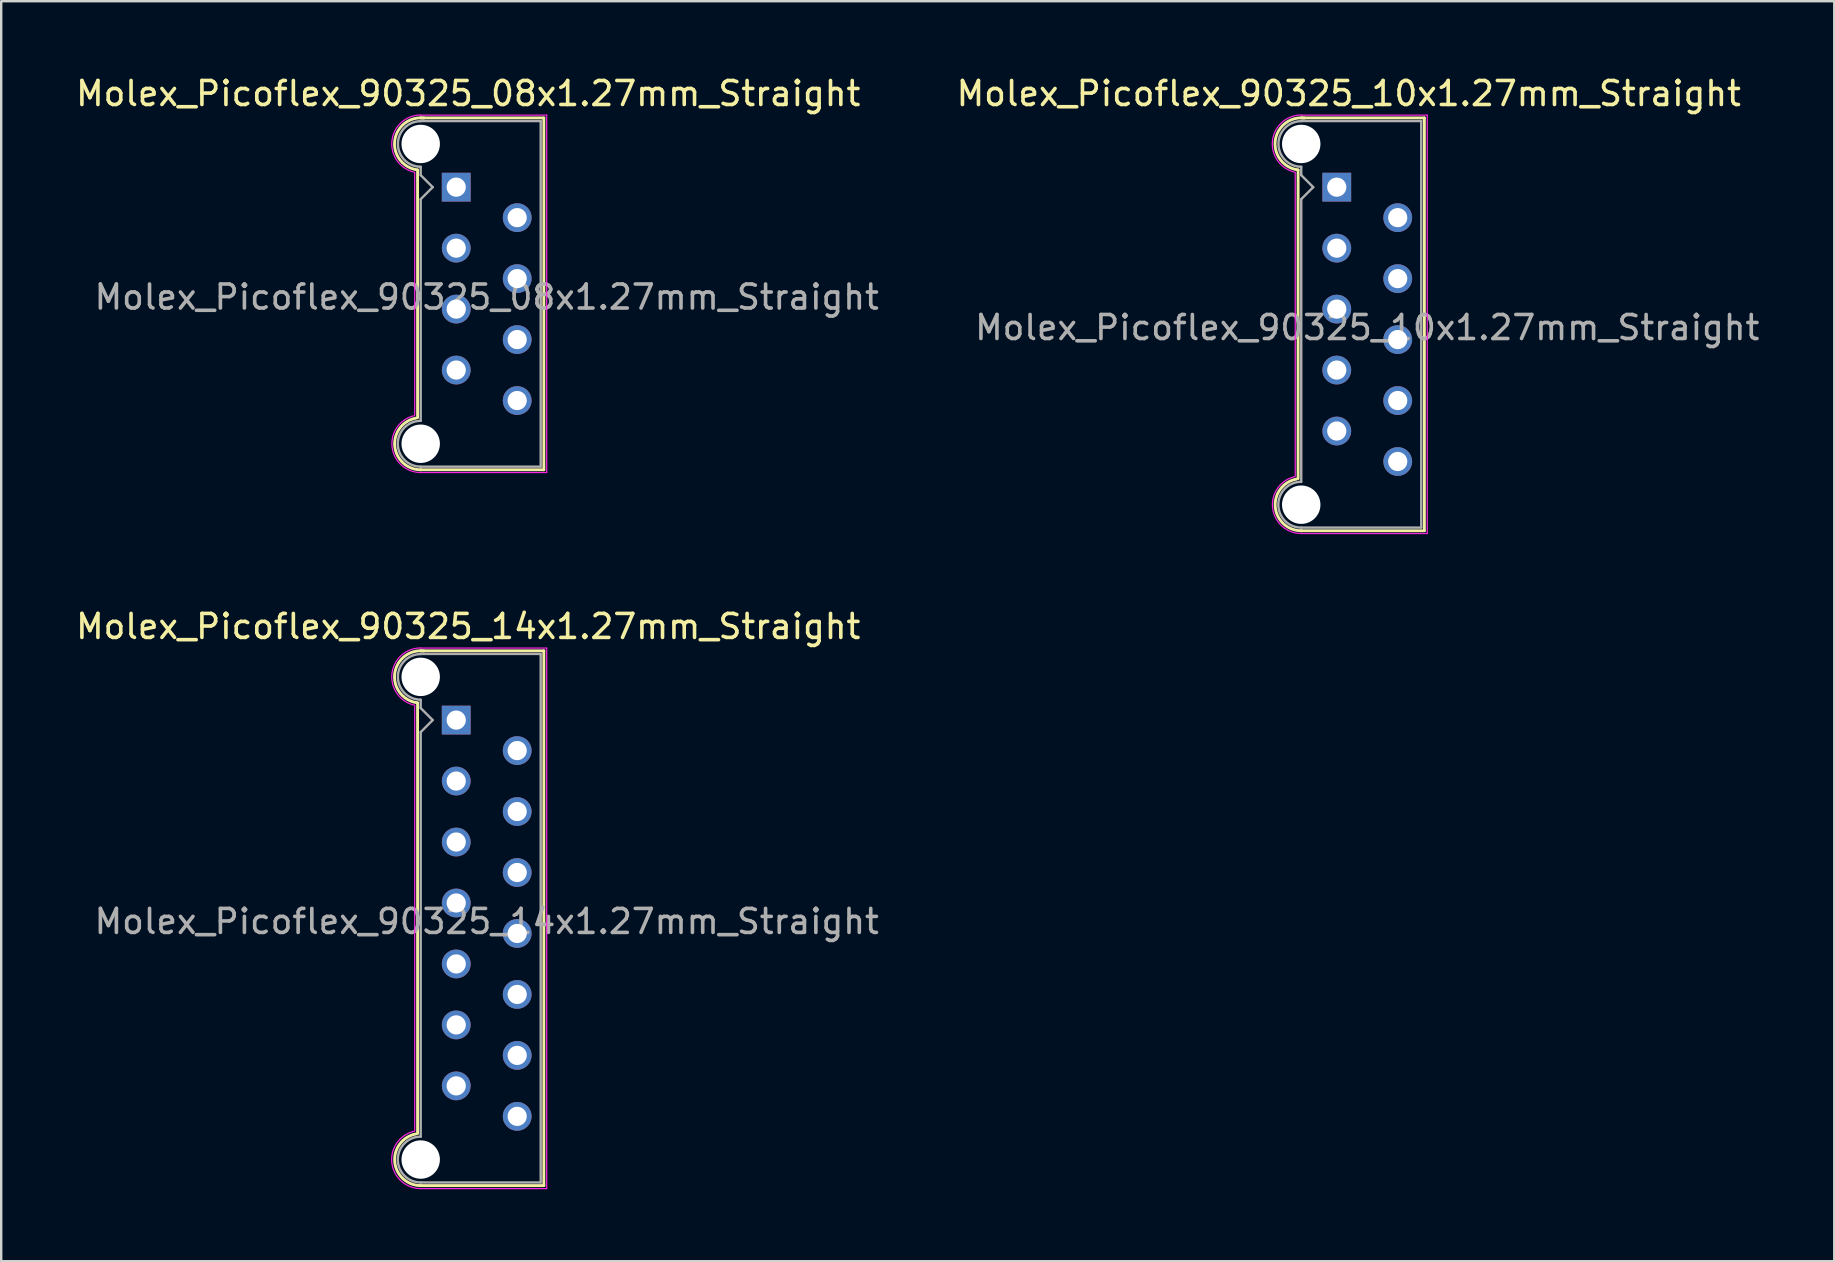
<source format=kicad_pcb>
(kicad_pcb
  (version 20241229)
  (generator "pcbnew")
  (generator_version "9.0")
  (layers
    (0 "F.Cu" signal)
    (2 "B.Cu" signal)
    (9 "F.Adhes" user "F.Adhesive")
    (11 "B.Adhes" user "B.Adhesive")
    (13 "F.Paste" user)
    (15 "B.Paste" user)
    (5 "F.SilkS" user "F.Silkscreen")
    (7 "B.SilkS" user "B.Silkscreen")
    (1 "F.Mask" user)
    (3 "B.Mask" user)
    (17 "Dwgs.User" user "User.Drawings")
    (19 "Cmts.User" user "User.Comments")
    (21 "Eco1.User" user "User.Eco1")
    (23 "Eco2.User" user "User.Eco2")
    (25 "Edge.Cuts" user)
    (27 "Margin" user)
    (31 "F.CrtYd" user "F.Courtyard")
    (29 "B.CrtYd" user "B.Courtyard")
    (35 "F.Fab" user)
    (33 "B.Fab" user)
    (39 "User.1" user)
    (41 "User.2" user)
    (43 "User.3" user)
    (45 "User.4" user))
  (footprint "Molex_Picoflex_90325_10x1.27mm_Straight"
    (layer "F.Cu")
    (at 52.645 4.748)
    (property "Reference" "Molex_Picoflex_90325_10x1.27mm_Straight" (at 0.5 -3.9 0) (layer "F.SilkS") (effects (font (size 1 1) (thickness 0.15))))
    (attr through_hole)
    (fp_line (start -1.61 -0.715) (end -1.61 12.145) (stroke (width 0.12) (type solid)) (layer "F.SilkS"))
    (fp_line (start -1.48 -2.885) (end 3.65 -2.885) (stroke (width 0.12) (type solid)) (layer "F.SilkS"))
    (fp_line (start 3.65 -2.885) (end 3.65 14.315) (stroke (width 0.12) (type solid)) (layer "F.SilkS"))
    (fp_line (start 3.65 14.315) (end -1.48 14.315) (stroke (width 0.12) (type solid)) (layer "F.SilkS"))
    (fp_arc (start -1.61 -0.72) (mid -2.56 -1.93) (end -1.35 -2.88) (stroke (width 0.12) (type solid)) (layer "F.SilkS"))
    (fp_arc (start -1.47 14.315) (mid -2.56 13.334526) (end -1.678256 12.16322) (stroke (width 0.12) (type solid)) (layer "F.SilkS"))
    (fp_line (start -1.73 -0.6) (end -1.73 12.03) (stroke (width 0.05) (type solid)) (layer "F.CrtYd"))
    (fp_line (start -1.48 -3) (end 3.77 -3) (stroke (width 0.05) (type solid)) (layer "F.CrtYd"))
    (fp_line (start 3.77 -3) (end 3.77 14.43) (stroke (width 0.05) (type solid)) (layer "F.CrtYd"))
    (fp_line (start 3.77 14.43) (end -1.48 14.43) (stroke (width 0.05) (type solid)) (layer "F.CrtYd"))
    (fp_arc (start -1.73 -0.62) (mid -2.679668 -1.925287) (end -1.480799 -3.006192) (stroke (width 0.05) (type solid)) (layer "F.CrtYd"))
    (fp_arc (start -1.47 14.43) (mid -2.672381 13.36538) (end -1.739276 12.058302) (stroke (width 0.05) (type solid)) (layer "F.CrtYd"))
    (fp_line (start -1.48 -2.755) (end 3.52 -2.755) (stroke (width 0.1) (type solid)) (layer "F.Fab"))
    (fp_line (start -1.48 -0.845) (end -1.48 -0.5) (stroke (width 0.1) (type solid)) (layer "F.Fab"))
    (fp_line (start -1.48 -0.5) (end -0.98 0) (stroke (width 0.1) (type solid)) (layer "F.Fab"))
    (fp_line (start -1.48 0.5) (end -1.48 12.275) (stroke (width 0.1) (type solid)) (layer "F.Fab"))
    (fp_line (start -0.98 0) (end -1.48 0.5) (stroke (width 0.1) (type solid)) (layer "F.Fab"))
    (fp_line (start 3.52 -2.755) (end 3.52 14.185) (stroke (width 0.1) (type solid)) (layer "F.Fab"))
    (fp_line (start 3.52 14.185) (end -1.48 14.185) (stroke (width 0.1) (type solid)) (layer "F.Fab"))
    (fp_arc (start -1.48 -0.85) (mid -2.43 -1.8) (end -1.48 -2.75) (stroke (width 0.1) (type solid)) (layer "F.Fab"))
    (fp_arc (start -1.48 14.185) (mid -2.435 13.23) (end -1.48 12.275) (stroke (width 0.1) (type solid)) (layer "F.Fab"))
    (fp_text user "${REFERENCE}" (at 1.27 5.85 0) (layer "F.Fab") (effects (font (size 1 1) (thickness 0.15))))
    (pad "" np_thru_hole circle (at -1.48 -1.8) (size 1.6 1.6) (drill 1.6) (layers "*.Cu"))
    (pad "" np_thru_hole circle (at -1.48 13.23) (size 1.6 1.6) (drill 1.6) (layers "*.Cu"))
    (pad "1" thru_hole rect (at 0 0) (size 1.2 1.2) (drill 0.8) (layers "*.Cu" "*.Mask"))
    (pad "2" thru_hole circle (at 2.54 1.27) (size 1.2 1.2) (drill 0.8) (layers "*.Cu" "*.Mask"))
    (pad "3" thru_hole circle (at 0 2.54) (size 1.2 1.2) (drill 0.8) (layers "*.Cu" "*.Mask"))
    (pad "4" thru_hole circle (at 2.54 3.81) (size 1.2 1.2) (drill 0.8) (layers "*.Cu" "*.Mask"))
    (pad "5" thru_hole circle (at 0 5.08) (size 1.2 1.2) (drill 0.8) (layers "*.Cu" "*.Mask"))
    (pad "6" thru_hole circle (at 2.54 6.35) (size 1.2 1.2) (drill 0.8) (layers "*.Cu" "*.Mask"))
    (pad "7" thru_hole circle (at 0 7.62) (size 1.2 1.2) (drill 0.8) (layers "*.Cu" "*.Mask"))
    (pad "8" thru_hole circle (at 2.54 8.89) (size 1.2 1.2) (drill 0.8) (layers "*.Cu" "*.Mask"))
    (pad "9" thru_hole circle (at 0 10.16) (size 1.2 1.2) (drill 0.8) (layers "*.Cu" "*.Mask"))
    (pad "10" thru_hole circle (at 2.54 11.43) (size 1.2 1.2) (drill 0.8) (layers "*.Cu" "*.Mask")))
  (footprint "Molex_Picoflex_90325_08x1.27mm_Straight"
    (layer "F.Cu")
    (at 15.958 4.748)
    (property "Reference" "Molex_Picoflex_90325_08x1.27mm_Straight" (at 0.5 -3.9 0) (layer "F.SilkS") (effects (font (size 1 1) (thickness 0.15))))
    (attr through_hole)
    (fp_line (start -1.61 -0.715) (end -1.61 9.605) (stroke (width 0.12) (type solid)) (layer "F.SilkS"))
    (fp_line (start -1.48 -2.885) (end 3.65 -2.885) (stroke (width 0.12) (type solid)) (layer "F.SilkS"))
    (fp_line (start 3.65 -2.885) (end 3.65 11.775) (stroke (width 0.12) (type solid)) (layer "F.SilkS"))
    (fp_line (start 3.65 11.775) (end -1.48 11.775) (stroke (width 0.12) (type solid)) (layer "F.SilkS"))
    (fp_arc (start -1.61 -0.72) (mid -2.56 -1.93) (end -1.35 -2.88) (stroke (width 0.12) (type solid)) (layer "F.SilkS"))
    (fp_arc (start -1.47 11.775) (mid -2.56 10.794526) (end -1.678256 9.62322) (stroke (width 0.12) (type solid)) (layer "F.SilkS"))
    (fp_line (start -1.73 -0.6) (end -1.73 9.49) (stroke (width 0.05) (type solid)) (layer "F.CrtYd"))
    (fp_line (start -1.48 -3) (end 3.77 -3) (stroke (width 0.05) (type solid)) (layer "F.CrtYd"))
    (fp_line (start 3.77 -3) (end 3.77 11.89) (stroke (width 0.05) (type solid)) (layer "F.CrtYd"))
    (fp_line (start 3.77 11.89) (end -1.48 11.89) (stroke (width 0.05) (type solid)) (layer "F.CrtYd"))
    (fp_arc (start -1.73 -0.62) (mid -2.679668 -1.925287) (end -1.480799 -3.006192) (stroke (width 0.05) (type solid)) (layer "F.CrtYd"))
    (fp_arc (start -1.47 11.89) (mid -2.672381 10.82538) (end -1.739276 9.518302) (stroke (width 0.05) (type solid)) (layer "F.CrtYd"))
    (fp_line (start -1.48 -2.755) (end 3.52 -2.755) (stroke (width 0.1) (type solid)) (layer "F.Fab"))
    (fp_line (start -1.48 -0.845) (end -1.48 -0.5) (stroke (width 0.1) (type solid)) (layer "F.Fab"))
    (fp_line (start -1.48 -0.5) (end -0.98 0) (stroke (width 0.1) (type solid)) (layer "F.Fab"))
    (fp_line (start -1.48 0.5) (end -1.48 9.735) (stroke (width 0.1) (type solid)) (layer "F.Fab"))
    (fp_line (start -0.98 0) (end -1.48 0.5) (stroke (width 0.1) (type solid)) (layer "F.Fab"))
    (fp_line (start 3.52 -2.755) (end 3.52 11.645) (stroke (width 0.1) (type solid)) (layer "F.Fab"))
    (fp_line (start 3.52 11.645) (end -1.48 11.645) (stroke (width 0.1) (type solid)) (layer "F.Fab"))
    (fp_arc (start -1.48 -0.85) (mid -2.43 -1.8) (end -1.48 -2.75) (stroke (width 0.1) (type solid)) (layer "F.Fab"))
    (fp_arc (start -1.48 11.645) (mid -2.435 10.69) (end -1.48 9.735) (stroke (width 0.1) (type solid)) (layer "F.Fab"))
    (fp_text user "${REFERENCE}" (at 1.27 4.58 0) (layer "F.Fab") (effects (font (size 1 1) (thickness 0.15))))
    (pad "" np_thru_hole circle (at -1.48 -1.8) (size 1.6 1.6) (drill 1.6) (layers "*.Cu"))
    (pad "" np_thru_hole circle (at -1.48 10.69) (size 1.6 1.6) (drill 1.6) (layers "*.Cu"))
    (pad "1" thru_hole rect (at 0 0) (size 1.2 1.2) (drill 0.8) (layers "*.Cu" "*.Mask"))
    (pad "2" thru_hole circle (at 2.54 1.27) (size 1.2 1.2) (drill 0.8) (layers "*.Cu" "*.Mask"))
    (pad "3" thru_hole circle (at 0 2.54) (size 1.2 1.2) (drill 0.8) (layers "*.Cu" "*.Mask"))
    (pad "4" thru_hole circle (at 2.54 3.81) (size 1.2 1.2) (drill 0.8) (layers "*.Cu" "*.Mask"))
    (pad "5" thru_hole circle (at 0 5.08) (size 1.2 1.2) (drill 0.8) (layers "*.Cu" "*.Mask"))
    (pad "6" thru_hole circle (at 2.54 6.35) (size 1.2 1.2) (drill 0.8) (layers "*.Cu" "*.Mask"))
    (pad "7" thru_hole circle (at 0 7.62) (size 1.2 1.2) (drill 0.8) (layers "*.Cu" "*.Mask"))
    (pad "8" thru_hole circle (at 2.54 8.89) (size 1.2 1.2) (drill 0.8) (layers "*.Cu" "*.Mask")))
  (footprint "Molex_Picoflex_90325_14x1.27mm_Straight"
    (layer "F.Cu")
    (at 15.958 26.952)
    (property "Reference" "Molex_Picoflex_90325_14x1.27mm_Straight" (at 0.5 -3.9 0) (layer "F.SilkS") (effects (font (size 1 1) (thickness 0.15))))
    (attr through_hole)
    (fp_line (start -1.61 -0.715) (end -1.61 17.225) (stroke (width 0.12) (type solid)) (layer "F.SilkS"))
    (fp_line (start -1.48 -2.885) (end 3.65 -2.885) (stroke (width 0.12) (type solid)) (layer "F.SilkS"))
    (fp_line (start 3.65 -2.885) (end 3.65 19.395) (stroke (width 0.12) (type solid)) (layer "F.SilkS"))
    (fp_line (start 3.65 19.395) (end -1.48 19.395) (stroke (width 0.12) (type solid)) (layer "F.SilkS"))
    (fp_arc (start -1.61 -0.72) (mid -2.56 -1.93) (end -1.35 -2.88) (stroke (width 0.12) (type solid)) (layer "F.SilkS"))
    (fp_arc (start -1.47 19.395) (mid -2.56 18.414526) (end -1.678256 17.24322) (stroke (width 0.12) (type solid)) (layer "F.SilkS"))
    (fp_line (start -1.73 -0.6) (end -1.73 17.11) (stroke (width 0.05) (type solid)) (layer "F.CrtYd"))
    (fp_line (start -1.48 -3) (end 3.77 -3) (stroke (width 0.05) (type solid)) (layer "F.CrtYd"))
    (fp_line (start 3.77 -3) (end 3.77 19.52) (stroke (width 0.05) (type solid)) (layer "F.CrtYd"))
    (fp_line (start 3.77 19.52) (end -1.48 19.52) (stroke (width 0.05) (type solid)) (layer "F.CrtYd"))
    (fp_arc (start -1.73 -0.62) (mid -2.679668 -1.925287) (end -1.480799 -3.006192) (stroke (width 0.05) (type solid)) (layer "F.CrtYd"))
    (fp_arc (start -1.47 19.52) (mid -2.682326 18.446425) (end -1.741355 17.128521) (stroke (width 0.05) (type solid)) (layer "F.CrtYd"))
    (fp_line (start -1.48 -2.755) (end 3.52 -2.755) (stroke (width 0.1) (type solid)) (layer "F.Fab"))
    (fp_line (start -1.48 -0.845) (end -1.48 -0.5) (stroke (width 0.1) (type solid)) (layer "F.Fab"))
    (fp_line (start -1.48 -0.5) (end -0.98 0) (stroke (width 0.1) (type solid)) (layer "F.Fab"))
    (fp_line (start -1.48 0.5) (end -1.48 17.355) (stroke (width 0.1) (type solid)) (layer "F.Fab"))
    (fp_line (start -0.98 0) (end -1.48 0.5) (stroke (width 0.1) (type solid)) (layer "F.Fab"))
    (fp_line (start 3.52 -2.755) (end 3.52 19.265) (stroke (width 0.1) (type solid)) (layer "F.Fab"))
    (fp_line (start 3.52 19.265) (end -1.48 19.265) (stroke (width 0.1) (type solid)) (layer "F.Fab"))
    (fp_arc (start -1.48 -0.85) (mid -2.43 -1.8) (end -1.48 -2.75) (stroke (width 0.1) (type solid)) (layer "F.Fab"))
    (fp_arc (start -1.48 19.265) (mid -2.435 18.31) (end -1.48 17.355) (stroke (width 0.1) (type solid)) (layer "F.Fab"))
    (fp_text user "${REFERENCE}" (at 1.27 8.39 0) (layer "F.Fab") (effects (font (size 1 1) (thickness 0.15))))
    (pad "" np_thru_hole circle (at -1.48 -1.8) (size 1.6 1.6) (drill 1.6) (layers "*.Cu"))
    (pad "" np_thru_hole circle (at -1.48 18.31) (size 1.6 1.6) (drill 1.6) (layers "*.Cu"))
    (pad "1" thru_hole rect (at 0 0) (size 1.2 1.2) (drill 0.8) (layers "*.Cu" "*.Mask"))
    (pad "2" thru_hole circle (at 2.54 1.27) (size 1.2 1.2) (drill 0.8) (layers "*.Cu" "*.Mask"))
    (pad "3" thru_hole circle (at 0 2.54) (size 1.2 1.2) (drill 0.8) (layers "*.Cu" "*.Mask"))
    (pad "4" thru_hole circle (at 2.54 3.81) (size 1.2 1.2) (drill 0.8) (layers "*.Cu" "*.Mask"))
    (pad "5" thru_hole circle (at 0 5.08) (size 1.2 1.2) (drill 0.8) (layers "*.Cu" "*.Mask"))
    (pad "6" thru_hole circle (at 2.54 6.35) (size 1.2 1.2) (drill 0.8) (layers "*.Cu" "*.Mask"))
    (pad "7" thru_hole circle (at 0 7.62) (size 1.2 1.2) (drill 0.8) (layers "*.Cu" "*.Mask"))
    (pad "8" thru_hole circle (at 2.54 8.89) (size 1.2 1.2) (drill 0.8) (layers "*.Cu" "*.Mask"))
    (pad "9" thru_hole circle (at 0 10.16) (size 1.2 1.2) (drill 0.8) (layers "*.Cu" "*.Mask"))
    (pad "10" thru_hole circle (at 2.54 11.43) (size 1.2 1.2) (drill 0.8) (layers "*.Cu" "*.Mask"))
    (pad "11" thru_hole circle (at 0 12.7) (size 1.2 1.2) (drill 0.8) (layers "*.Cu" "*.Mask"))
    (pad "12" thru_hole circle (at 2.54 13.97) (size 1.2 1.2) (drill 0.8) (layers "*.Cu" "*.Mask"))
    (pad "13" thru_hole circle (at 0 15.24) (size 1.2 1.2) (drill 0.8) (layers "*.Cu" "*.Mask"))
    (pad "14" thru_hole circle (at 2.54 16.51) (size 1.2 1.2) (drill 0.8) (layers "*.Cu" "*.Mask")))
  (gr_rect
    (start -3 -3)
    (end 73.373 49.497)
    (stroke (width 0.1) (type default))
    (fill no)
    (layer "Edge.Cuts")))
</source>
